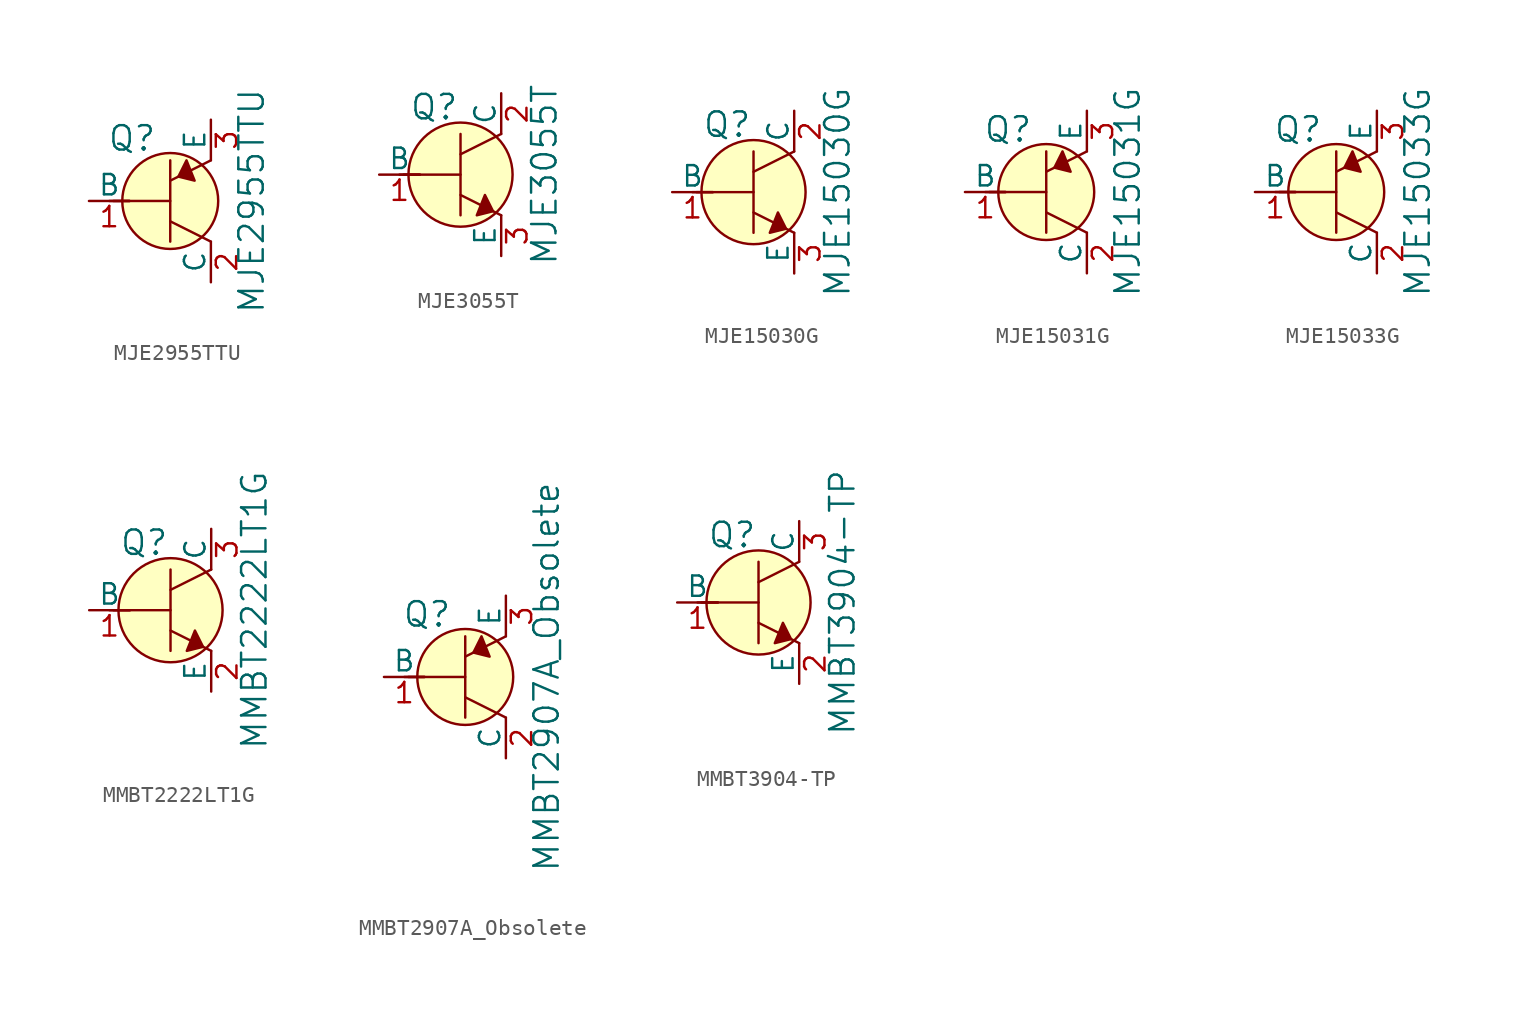
<source format=kicad_sym>
(kicad_symbol_lib
  (version 20220914)
  (generator kicad_symbol_editor)
  (symbol "MJE2955TTU"
    (pin_names
      (offset 0))
    (property "Reference" "Q"
      (at -2.388 3.912 0)
      (effects (font (size 1.524 1.524))))
    (property "Value" "MJE2955TTU"
      (at 5.08 0 90)
      (effects (font (size 1.524 1.524))))
    (symbol "MJE2955TTU_0_1"
      (polyline (pts (xy -3.81 0) (xy -2.54 0)) (stroke (width 0) (type solid)) (fill (type none)))
      (polyline (pts (xy -3.556 0) (xy 0 0)) (stroke (width 0) (type solid)) (fill (type none)))
      (polyline (pts (xy 0 -1.27) (xy 2.54 -2.54)) (stroke (width 0) (type solid)) (fill (type none)))
      (polyline (pts (xy 0 1.27) (xy 2.54 2.54)) (stroke (width 0) (type solid)) (fill (type none)))
      (polyline (pts (xy 0 2.54) (xy 0 -2.54)) (stroke (width 0) (type solid)) (fill (type none)))
      (polyline (pts (xy 1.016 2.54) (xy 0.508 1.524) (xy 1.524 1.27) (xy 1.016 2.54)) (stroke (width 0) (type solid)) (fill (type outline)))
      (circle (center 0 0) (radius 2.997) (stroke (width 0) (type solid)) (fill (type background))))
    (symbol "MJE2955TTU_1_1"
      (pin input line (at -5.08 0 0) (length 2.54) (name "B" (effects (font (size 1.27 1.27)))) (number "1" (effects (font (size 1.27 1.27)))))
      (pin passive line (at 2.54 -5.08 90) (length 2.54) (name "C" (effects (font (size 1.27 1.27)))) (number "2" (effects (font (size 1.27 1.27)))))
      (pin passive line (at 2.54 5.08 270) (length 2.54) (name "E" (effects (font (size 1.27 1.27)))) (number "3" (effects (font (size 1.27 1.27)))))))
  (symbol "MJE3055T"
    (pin_names
      (offset 0))
    (property "Reference" "Q"
      (at -3.2 4.216 0)
      (effects (font (size 1.524 1.524)) (justify left)))
    (property "Value" "MJE3055T"
      (at 5.232 0 90)
      (effects (font (size 1.524 1.524))))
    (symbol "MJE3055T_0_1"
      (polyline (pts (xy -3.81 0) (xy -2.54 0)) (stroke (width 0) (type solid)) (fill (type none)))
      (polyline (pts (xy -3.556 0) (xy 0 0)) (stroke (width 0) (type solid)) (fill (type none)))
      (polyline (pts (xy 0 -1.27) (xy 2.54 -2.54)) (stroke (width 0) (type solid)) (fill (type none)))
      (polyline (pts (xy 0 1.27) (xy 2.54 2.54)) (stroke (width 0) (type solid)) (fill (type none)))
      (polyline (pts (xy 0 2.54) (xy 0 -2.54)) (stroke (width 0) (type solid)) (fill (type none)))
      (polyline (pts (xy 1.524 -1.27) (xy 2.032 -2.286) (xy 1.016 -2.54) (xy 1.524 -1.27)) (stroke (width 0) (type solid)) (fill (type outline)))
      (circle (center 0 0) (radius 3.251) (stroke (width 0) (type solid)) (fill (type background))))
    (symbol "MJE3055T_1_1"
      (pin input line (at -5.08 0 0) (length 2.54) (name "B" (effects (font (size 1.27 1.27)))) (number "1" (effects (font (size 1.27 1.27)))))
      (pin passive line (at 2.54 5.08 270) (length 2.54) (name "C" (effects (font (size 1.27 1.27)))) (number "2" (effects (font (size 1.27 1.27)))))
      (pin passive line (at 2.54 -5.08 90) (length 2.54) (name "E" (effects (font (size 1.27 1.27)))) (number "3" (effects (font (size 1.27 1.27)))))))
  (symbol "MJE15030G"
    (pin_names
      (offset 0))
    (property "Reference" "Q"
      (at -3.2 4.216 0)
      (effects (font (size 1.524 1.524)) (justify left)))
    (property "Value" "MJE15030G"
      (at 5.232 0 90)
      (effects (font (size 1.524 1.524))))
    (symbol "MJE15030G_0_1"
      (polyline (pts (xy -3.81 0) (xy -2.54 0)) (stroke (width 0) (type solid)) (fill (type none)))
      (polyline (pts (xy -3.556 0) (xy 0 0)) (stroke (width 0) (type solid)) (fill (type none)))
      (polyline (pts (xy 0 -1.27) (xy 2.54 -2.54)) (stroke (width 0) (type solid)) (fill (type none)))
      (polyline (pts (xy 0 1.27) (xy 2.54 2.54)) (stroke (width 0) (type solid)) (fill (type none)))
      (polyline (pts (xy 0 2.54) (xy 0 -2.54)) (stroke (width 0) (type solid)) (fill (type none)))
      (polyline (pts (xy 1.524 -1.27) (xy 2.032 -2.286) (xy 1.016 -2.54) (xy 1.524 -1.27)) (stroke (width 0) (type solid)) (fill (type outline)))
      (circle (center 0 0) (radius 3.251) (stroke (width 0) (type solid)) (fill (type background))))
    (symbol "MJE15030G_1_1"
      (pin input line (at -5.08 0 0) (length 2.54) (name "B" (effects (font (size 1.27 1.27)))) (number "1" (effects (font (size 1.27 1.27)))))
      (pin passive line (at 2.54 5.08 270) (length 2.54) (name "C" (effects (font (size 1.27 1.27)))) (number "2" (effects (font (size 1.27 1.27)))))
      (pin passive line (at 2.54 -5.08 90) (length 2.54) (name "E" (effects (font (size 1.27 1.27)))) (number "3" (effects (font (size 1.27 1.27)))))))
  (symbol "MJE15031G"
    (pin_names
      (offset 0))
    (property "Reference" "Q"
      (at -2.388 3.912 0)
      (effects (font (size 1.524 1.524))))
    (property "Value" "MJE15031G"
      (at 5.08 0 90)
      (effects (font (size 1.524 1.524))))
    (symbol "MJE15031G_0_1"
      (polyline (pts (xy -3.81 0) (xy -2.54 0)) (stroke (width 0) (type solid)) (fill (type none)))
      (polyline (pts (xy -3.556 0) (xy 0 0)) (stroke (width 0) (type solid)) (fill (type none)))
      (polyline (pts (xy 0 -1.27) (xy 2.54 -2.54)) (stroke (width 0) (type solid)) (fill (type none)))
      (polyline (pts (xy 0 1.27) (xy 2.54 2.54)) (stroke (width 0) (type solid)) (fill (type none)))
      (polyline (pts (xy 0 2.54) (xy 0 -2.54)) (stroke (width 0) (type solid)) (fill (type none)))
      (polyline (pts (xy 1.016 2.54) (xy 0.508 1.524) (xy 1.524 1.27) (xy 1.016 2.54)) (stroke (width 0) (type solid)) (fill (type outline)))
      (circle (center 0 0) (radius 2.997) (stroke (width 0) (type solid)) (fill (type background))))
    (symbol "MJE15031G_1_1"
      (pin input line (at -5.08 0 0) (length 2.54) (name "B" (effects (font (size 1.27 1.27)))) (number "1" (effects (font (size 1.27 1.27)))))
      (pin passive line (at 2.54 -5.08 90) (length 2.54) (name "C" (effects (font (size 1.27 1.27)))) (number "2" (effects (font (size 1.27 1.27)))))
      (pin passive line (at 2.54 5.08 270) (length 2.54) (name "E" (effects (font (size 1.27 1.27)))) (number "3" (effects (font (size 1.27 1.27)))))))
  (symbol "MJE15033G"
    (pin_names
      (offset 0))
    (property "Reference" "Q"
      (at -2.388 3.912 0)
      (effects (font (size 1.524 1.524))))
    (property "Value" "MJE15033G"
      (at 5.08 0 90)
      (effects (font (size 1.524 1.524))))
    (symbol "MJE15033G_0_1"
      (polyline (pts (xy -3.81 0) (xy -2.54 0)) (stroke (width 0) (type solid)) (fill (type none)))
      (polyline (pts (xy -3.556 0) (xy 0 0)) (stroke (width 0) (type solid)) (fill (type none)))
      (polyline (pts (xy 0 -1.27) (xy 2.54 -2.54)) (stroke (width 0) (type solid)) (fill (type none)))
      (polyline (pts (xy 0 1.27) (xy 2.54 2.54)) (stroke (width 0) (type solid)) (fill (type none)))
      (polyline (pts (xy 0 2.54) (xy 0 -2.54)) (stroke (width 0) (type solid)) (fill (type none)))
      (polyline (pts (xy 1.016 2.54) (xy 0.508 1.524) (xy 1.524 1.27) (xy 1.016 2.54)) (stroke (width 0) (type solid)) (fill (type outline)))
      (circle (center 0 0) (radius 2.997) (stroke (width 0) (type solid)) (fill (type background))))
    (symbol "MJE15033G_1_1"
      (pin input line (at -5.08 0 0) (length 2.54) (name "B" (effects (font (size 1.27 1.27)))) (number "1" (effects (font (size 1.27 1.27)))))
      (pin passive line (at 2.54 -5.08 90) (length 2.54) (name "C" (effects (font (size 1.27 1.27)))) (number "2" (effects (font (size 1.27 1.27)))))
      (pin passive line (at 2.54 5.08 270) (length 2.54) (name "E" (effects (font (size 1.27 1.27)))) (number "3" (effects (font (size 1.27 1.27)))))))
  (symbol "MMBT2222LT1G"
    (pin_names
      (offset 0))
    (property "Reference" "Q"
      (at -3.2 4.216 0)
      (effects (font (size 1.524 1.524)) (justify left)))
    (property "Value" "MMBT2222LT1G"
      (at 5.232 0 90)
      (effects (font (size 1.524 1.524))))
    (symbol "MMBT2222LT1G_0_1"
      (polyline (pts (xy -3.81 0) (xy -2.54 0)) (stroke (width 0) (type solid)) (fill (type none)))
      (polyline (pts (xy -3.556 0) (xy 0 0)) (stroke (width 0) (type solid)) (fill (type none)))
      (polyline (pts (xy 0 -1.27) (xy 2.54 -2.54)) (stroke (width 0) (type solid)) (fill (type none)))
      (polyline (pts (xy 0 1.27) (xy 2.54 2.54)) (stroke (width 0) (type solid)) (fill (type none)))
      (polyline (pts (xy 0 2.54) (xy 0 -2.54)) (stroke (width 0) (type solid)) (fill (type none)))
      (polyline (pts (xy 1.524 -1.27) (xy 2.032 -2.286) (xy 1.016 -2.54) (xy 1.524 -1.27)) (stroke (width 0) (type solid)) (fill (type outline)))
      (circle (center 0 0) (radius 3.251) (stroke (width 0) (type solid)) (fill (type background))))
    (symbol "MMBT2222LT1G_1_1"
      (pin input line (at -5.08 0 0) (length 2.54) (name "B" (effects (font (size 1.27 1.27)))) (number "1" (effects (font (size 1.27 1.27)))))
      (pin passive line (at 2.54 -5.08 90) (length 2.54) (name "E" (effects (font (size 1.27 1.27)))) (number "2" (effects (font (size 1.27 1.27)))))
      (pin passive line (at 2.54 5.08 270) (length 2.54) (name "C" (effects (font (size 1.27 1.27)))) (number "3" (effects (font (size 1.27 1.27)))))))
  (symbol "MMBT2907A_Obsolete"
    (pin_names
      (offset 0))
    (property "Reference" "Q"
      (at -2.388 3.912 0)
      (effects (font (size 1.524 1.524))))
    (property "Value" "MMBT2907A_Obsolete"
      (at 5.08 0 90)
      (effects (font (size 1.524 1.524))))
    (symbol "MMBT2907A_Obsolete_0_1"
      (polyline (pts (xy -3.81 0) (xy -2.54 0)) (stroke (width 0) (type solid)) (fill (type none)))
      (polyline (pts (xy -3.556 0) (xy 0 0)) (stroke (width 0) (type solid)) (fill (type none)))
      (polyline (pts (xy 0 -1.27) (xy 2.54 -2.54)) (stroke (width 0) (type solid)) (fill (type none)))
      (polyline (pts (xy 0 1.27) (xy 2.54 2.54)) (stroke (width 0) (type solid)) (fill (type none)))
      (polyline (pts (xy 0 2.54) (xy 0 -2.54)) (stroke (width 0) (type solid)) (fill (type none)))
      (polyline (pts (xy 1.016 2.54) (xy 0.508 1.524) (xy 1.524 1.27) (xy 1.016 2.54)) (stroke (width 0) (type solid)) (fill (type outline)))
      (circle (center 0 0) (radius 2.997) (stroke (width 0) (type solid)) (fill (type background))))
    (symbol "MMBT2907A_Obsolete_1_1"
      (pin input line (at -5.08 0 0) (length 2.54) (name "B" (effects (font (size 1.27 1.27)))) (number "1" (effects (font (size 1.27 1.27)))))
      (pin passive line (at 2.54 -5.08 90) (length 2.54) (name "C" (effects (font (size 1.27 1.27)))) (number "2" (effects (font (size 1.27 1.27)))))
      (pin passive line (at 2.54 5.08 270) (length 2.54) (name "E" (effects (font (size 1.27 1.27)))) (number "3" (effects (font (size 1.27 1.27)))))))
  (symbol "MMBT3904-TP"
    (pin_names
      (offset 0))
    (property "Reference" "Q"
      (at -3.2 4.216 0)
      (effects (font (size 1.524 1.524)) (justify left)))
    (property "Value" "MMBT3904-TP"
      (at 5.232 0 90)
      (effects (font (size 1.524 1.524))))
    (symbol "MMBT3904-TP_0_1"
      (polyline (pts (xy -3.81 0) (xy -2.54 0)) (stroke (width 0) (type solid)) (fill (type none)))
      (polyline (pts (xy -3.556 0) (xy 0 0)) (stroke (width 0) (type solid)) (fill (type none)))
      (polyline (pts (xy 0 -1.27) (xy 2.54 -2.54)) (stroke (width 0) (type solid)) (fill (type none)))
      (polyline (pts (xy 0 1.27) (xy 2.54 2.54)) (stroke (width 0) (type solid)) (fill (type none)))
      (polyline (pts (xy 0 2.54) (xy 0 -2.54)) (stroke (width 0) (type solid)) (fill (type none)))
      (polyline (pts (xy 1.524 -1.27) (xy 2.032 -2.286) (xy 1.016 -2.54) (xy 1.524 -1.27)) (stroke (width 0) (type solid)) (fill (type outline)))
      (circle (center 0 0) (radius 3.251) (stroke (width 0) (type solid)) (fill (type background))))
    (symbol "MMBT3904-TP_1_1"
      (pin input line (at -5.08 0 0) (length 2.54) (name "B" (effects (font (size 1.27 1.27)))) (number "1" (effects (font (size 1.27 1.27)))))
      (pin passive line (at 2.54 -5.08 90) (length 2.54) (name "E" (effects (font (size 1.27 1.27)))) (number "2" (effects (font (size 1.27 1.27)))))
      (pin passive line (at 2.54 5.08 270) (length 2.54) (name "C" (effects (font (size 1.27 1.27)))) (number "3" (effects (font (size 1.27 1.27))))))))
</source>
